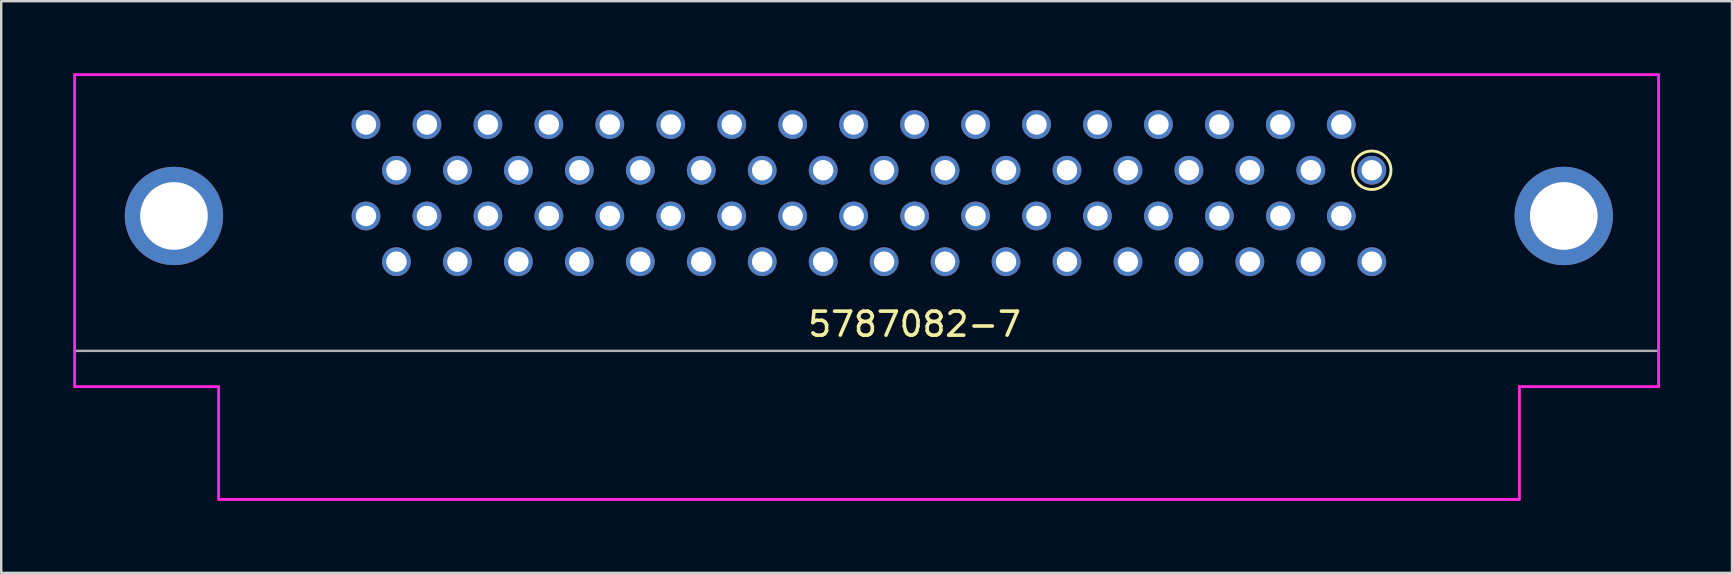
<source format=kicad_pcb>
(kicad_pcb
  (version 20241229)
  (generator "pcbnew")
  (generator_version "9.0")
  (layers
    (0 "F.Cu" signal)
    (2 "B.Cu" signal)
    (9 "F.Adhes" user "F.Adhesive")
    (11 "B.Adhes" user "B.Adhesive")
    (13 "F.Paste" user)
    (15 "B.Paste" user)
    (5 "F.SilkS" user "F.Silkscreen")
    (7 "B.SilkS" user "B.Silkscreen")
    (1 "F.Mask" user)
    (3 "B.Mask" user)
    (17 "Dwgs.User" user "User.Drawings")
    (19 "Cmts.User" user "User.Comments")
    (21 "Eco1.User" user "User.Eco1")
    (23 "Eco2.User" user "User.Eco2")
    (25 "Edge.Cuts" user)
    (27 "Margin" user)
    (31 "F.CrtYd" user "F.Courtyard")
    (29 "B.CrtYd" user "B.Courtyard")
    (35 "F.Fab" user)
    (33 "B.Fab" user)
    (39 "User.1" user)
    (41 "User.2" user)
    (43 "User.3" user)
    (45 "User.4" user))
  (footprint "5787082-7"
    (layer "F.Cu")
    (at 35.06 5.06)
    (property "Reference" "5787082-7" (at 0 5.4 0) (unlocked yes) (layer "F.SilkS") (effects (font (size 1 1) (thickness 0.15))))
    (attr through_hole)
    (fp_circle (center 19.05 -1.016) (end 19.85 -1.016) (stroke (width 0.12) (type default)) (fill no) (layer "F.SilkS"))
    (fp_line (start -35 -5) (end 31 -5) (stroke (width 0.12) (type default)) (layer "F.CrtYd"))
    (fp_line (start -35 8) (end -35 -5) (stroke (width 0.12) (type default)) (layer "F.CrtYd"))
    (fp_line (start -35 8) (end -29 8) (stroke (width 0.12) (type default)) (layer "F.CrtYd"))
    (fp_line (start -29 8) (end -29 12.7) (stroke (width 0.12) (type default)) (layer "F.CrtYd"))
    (fp_line (start -29 12.7) (end 25.2 12.7) (stroke (width 0.12) (type default)) (layer "F.CrtYd"))
    (fp_line (start 25.2 8) (end 31 8) (stroke (width 0.12) (type default)) (layer "F.CrtYd"))
    (fp_line (start 25.2 12.7) (end 25.2 8) (stroke (width 0.12) (type default)) (layer "F.CrtYd"))
    (fp_line (start 31 -5) (end 31 8) (stroke (width 0.12) (type default)) (layer "F.CrtYd"))
    (fp_line (start -35 6.51) (end 31 6.51) (stroke (width 0.1) (type default)) (layer "F.Fab"))
    (pad "1" thru_hole circle (at 19.05 -1.016 180) (size 1.2 1.2) (drill 0.85) (layers "*.Cu" "*.Mask") (remove_unused_layers yes) (keep_end_layers yes) (zone_layer_connections))
    (pad "2" thru_hole circle (at 17.78 -2.921 180) (size 1.2 1.2) (drill 0.85) (layers "*.Cu" "*.Mask") (remove_unused_layers yes) (keep_end_layers yes) (zone_layer_connections))
    (pad "3" thru_hole circle (at 16.51 -1.016 180) (size 1.2 1.2) (drill 0.85) (layers "*.Cu" "*.Mask") (remove_unused_layers yes) (keep_end_layers yes) (zone_layer_connections))
    (pad "4" thru_hole circle (at 15.24 -2.921 180) (size 1.2 1.2) (drill 0.85) (layers "*.Cu" "*.Mask") (remove_unused_layers yes) (keep_end_layers yes) (zone_layer_connections))
    (pad "5" thru_hole circle (at 13.97 -1.016 180) (size 1.2 1.2) (drill 0.85) (layers "*.Cu" "*.Mask") (remove_unused_layers yes) (keep_end_layers yes) (zone_layer_connections))
    (pad "6" thru_hole circle (at 12.7 -2.921 180) (size 1.2 1.2) (drill 0.85) (layers "*.Cu" "*.Mask") (remove_unused_layers yes) (keep_end_layers yes) (zone_layer_connections))
    (pad "7" thru_hole circle (at 11.43 -1.016 180) (size 1.2 1.2) (drill 0.85) (layers "*.Cu" "*.Mask") (remove_unused_layers yes) (keep_end_layers yes) (zone_layer_connections))
    (pad "8" thru_hole circle (at 10.16 -2.921 180) (size 1.2 1.2) (drill 0.85) (layers "*.Cu" "*.Mask") (remove_unused_layers yes) (keep_end_layers yes) (zone_layer_connections))
    (pad "9" thru_hole circle (at 8.89 -1.016 180) (size 1.2 1.2) (drill 0.85) (layers "*.Cu" "*.Mask") (remove_unused_layers yes) (keep_end_layers yes) (zone_layer_connections))
    (pad "10" thru_hole circle (at 7.62 -2.921 180) (size 1.2 1.2) (drill 0.85) (layers "*.Cu" "*.Mask") (remove_unused_layers yes) (keep_end_layers yes) (zone_layer_connections))
    (pad "11" thru_hole circle (at 6.35 -1.016 180) (size 1.2 1.2) (drill 0.85) (layers "*.Cu" "*.Mask") (remove_unused_layers yes) (keep_end_layers yes) (zone_layer_connections))
    (pad "12" thru_hole circle (at 5.08 -2.921 180) (size 1.2 1.2) (drill 0.85) (layers "*.Cu" "*.Mask") (remove_unused_layers yes) (keep_end_layers yes) (zone_layer_connections))
    (pad "13" thru_hole circle (at 3.81 -1.016 180) (size 1.2 1.2) (drill 0.85) (layers "*.Cu" "*.Mask") (remove_unused_layers yes) (keep_end_layers yes) (zone_layer_connections))
    (pad "14" thru_hole circle (at 2.54 -2.921 180) (size 1.2 1.2) (drill 0.85) (layers "*.Cu" "*.Mask") (remove_unused_layers yes) (keep_end_layers yes) (zone_layer_connections))
    (pad "15" thru_hole circle (at 1.27 -1.016 180) (size 1.2 1.2) (drill 0.85) (layers "*.Cu" "*.Mask") (remove_unused_layers yes) (keep_end_layers yes) (zone_layer_connections))
    (pad "16" thru_hole circle (at -0.000001 -2.921 180) (size 1.2 1.2) (drill 0.85) (layers "*.Cu" "*.Mask") (remove_unused_layers yes) (keep_end_layers yes) (zone_layer_connections))
    (pad "17" thru_hole circle (at -1.27 -1.016 180) (size 1.2 1.2) (drill 0.85) (layers "*.Cu" "*.Mask") (remove_unused_layers yes) (keep_end_layers yes) (zone_layer_connections))
    (pad "18" thru_hole circle (at -2.54 -2.921 180) (size 1.2 1.2) (drill 0.85) (layers "*.Cu" "*.Mask") (remove_unused_layers yes) (keep_end_layers yes) (zone_layer_connections))
    (pad "19" thru_hole circle (at -3.81 -1.016 180) (size 1.2 1.2) (drill 0.85) (layers "*.Cu" "*.Mask") (remove_unused_layers yes) (keep_end_layers yes) (zone_layer_connections))
    (pad "20" thru_hole circle (at -5.08 -2.921 180) (size 1.2 1.2) (drill 0.85) (layers "*.Cu" "*.Mask") (remove_unused_layers yes) (keep_end_layers yes) (zone_layer_connections))
    (pad "21" thru_hole circle (at -6.35 -1.016 180) (size 1.2 1.2) (drill 0.85) (layers "*.Cu" "*.Mask") (remove_unused_layers yes) (keep_end_layers yes) (zone_layer_connections))
    (pad "22" thru_hole circle (at -7.62 -2.921 180) (size 1.2 1.2) (drill 0.85) (layers "*.Cu" "*.Mask") (remove_unused_layers yes) (keep_end_layers yes) (zone_layer_connections))
    (pad "23" thru_hole circle (at -8.89 -1.016 180) (size 1.2 1.2) (drill 0.85) (layers "*.Cu" "*.Mask") (remove_unused_layers yes) (keep_end_layers yes) (zone_layer_connections))
    (pad "24" thru_hole circle (at -10.16 -2.921 180) (size 1.2 1.2) (drill 0.85) (layers "*.Cu" "*.Mask") (remove_unused_layers yes) (keep_end_layers yes) (zone_layer_connections))
    (pad "25" thru_hole circle (at -11.43 -1.016 180) (size 1.2 1.2) (drill 0.85) (layers "*.Cu" "*.Mask") (remove_unused_layers yes) (keep_end_layers yes) (zone_layer_connections))
    (pad "26" thru_hole circle (at -12.7 -2.921 180) (size 1.2 1.2) (drill 0.85) (layers "*.Cu" "*.Mask") (remove_unused_layers yes) (keep_end_layers yes) (zone_layer_connections))
    (pad "27" thru_hole circle (at -13.97 -1.016 180) (size 1.2 1.2) (drill 0.85) (layers "*.Cu" "*.Mask") (remove_unused_layers yes) (keep_end_layers yes) (zone_layer_connections))
    (pad "28" thru_hole circle (at -15.24 -2.921 180) (size 1.2 1.2) (drill 0.85) (layers "*.Cu" "*.Mask") (remove_unused_layers yes) (keep_end_layers yes) (zone_layer_connections))
    (pad "29" thru_hole circle (at -16.51 -1.016 180) (size 1.2 1.2) (drill 0.85) (layers "*.Cu" "*.Mask") (remove_unused_layers yes) (keep_end_layers yes) (zone_layer_connections))
    (pad "30" thru_hole circle (at -17.78 -2.921 180) (size 1.2 1.2) (drill 0.85) (layers "*.Cu" "*.Mask") (remove_unused_layers yes) (keep_end_layers yes) (zone_layer_connections))
    (pad "31" thru_hole circle (at -19.05 -1.016 180) (size 1.2 1.2) (drill 0.85) (layers "*.Cu" "*.Mask") (remove_unused_layers yes) (keep_end_layers yes) (zone_layer_connections))
    (pad "32" thru_hole circle (at -20.32 -2.921 180) (size 1.2 1.2) (drill 0.85) (layers "*.Cu" "*.Mask") (remove_unused_layers yes) (keep_end_layers yes) (zone_layer_connections))
    (pad "33" thru_hole circle (at -21.59 -1.016 180) (size 1.2 1.2) (drill 0.85) (layers "*.Cu" "*.Mask") (remove_unused_layers yes) (keep_end_layers yes) (zone_layer_connections))
    (pad "34" thru_hole circle (at -22.86 -2.921 180) (size 1.2 1.2) (drill 0.85) (layers "*.Cu" "*.Mask") (remove_unused_layers yes) (keep_end_layers yes) (zone_layer_connections))
    (pad "35" thru_hole circle (at 19.05 2.794 180) (size 1.2 1.2) (drill 0.85) (layers "*.Cu" "*.Mask") (remove_unused_layers yes) (keep_end_layers yes) (zone_layer_connections))
    (pad "36" thru_hole circle (at 17.78 0.889 180) (size 1.2 1.2) (drill 0.85) (layers "*.Cu" "*.Mask") (remove_unused_layers yes) (keep_end_layers yes) (zone_layer_connections))
    (pad "37" thru_hole circle (at 16.51 2.794 180) (size 1.2 1.2) (drill 0.85) (layers "*.Cu" "*.Mask") (remove_unused_layers yes) (keep_end_layers yes) (zone_layer_connections))
    (pad "38" thru_hole circle (at 15.24 0.889 180) (size 1.2 1.2) (drill 0.85) (layers "*.Cu" "*.Mask") (remove_unused_layers yes) (keep_end_layers yes) (zone_layer_connections))
    (pad "39" thru_hole circle (at 13.97 2.794 180) (size 1.2 1.2) (drill 0.85) (layers "*.Cu" "*.Mask") (remove_unused_layers yes) (keep_end_layers yes) (zone_layer_connections))
    (pad "40" thru_hole circle (at 12.7 0.889 180) (size 1.2 1.2) (drill 0.85) (layers "*.Cu" "*.Mask") (remove_unused_layers yes) (keep_end_layers yes) (zone_layer_connections))
    (pad "41" thru_hole circle (at 11.43 2.794 180) (size 1.2 1.2) (drill 0.85) (layers "*.Cu" "*.Mask") (remove_unused_layers yes) (keep_end_layers yes) (zone_layer_connections))
    (pad "42" thru_hole circle (at 10.16 0.889 180) (size 1.2 1.2) (drill 0.85) (layers "*.Cu" "*.Mask") (remove_unused_layers yes) (keep_end_layers yes) (zone_layer_connections))
    (pad "43" thru_hole circle (at 8.89 2.794 180) (size 1.2 1.2) (drill 0.85) (layers "*.Cu" "*.Mask") (remove_unused_layers yes) (keep_end_layers yes) (zone_layer_connections))
    (pad "44" thru_hole circle (at 7.62 0.889 180) (size 1.2 1.2) (drill 0.85) (layers "*.Cu" "*.Mask") (remove_unused_layers yes) (keep_end_layers yes) (zone_layer_connections))
    (pad "45" thru_hole circle (at 6.35 2.794 180) (size 1.2 1.2) (drill 0.85) (layers "*.Cu" "*.Mask") (remove_unused_layers yes) (keep_end_layers yes) (zone_layer_connections))
    (pad "46" thru_hole circle (at 5.08 0.889 180) (size 1.2 1.2) (drill 0.85) (layers "*.Cu" "*.Mask") (remove_unused_layers yes) (keep_end_layers yes) (zone_layer_connections))
    (pad "47" thru_hole circle (at 3.81 2.794 180) (size 1.2 1.2) (drill 0.85) (layers "*.Cu" "*.Mask") (remove_unused_layers yes) (keep_end_layers yes) (zone_layer_connections))
    (pad "48" thru_hole circle (at 2.54 0.889 180) (size 1.2 1.2) (drill 0.85) (layers "*.Cu" "*.Mask") (remove_unused_layers yes) (keep_end_layers yes) (zone_layer_connections))
    (pad "49" thru_hole circle (at 1.27 2.794 180) (size 1.2 1.2) (drill 0.85) (layers "*.Cu" "*.Mask") (remove_unused_layers yes) (keep_end_layers yes) (zone_layer_connections))
    (pad "50" thru_hole circle (at 0 0.889 180) (size 1.2 1.2) (drill 0.85) (layers "*.Cu" "*.Mask") (remove_unused_layers yes) (keep_end_layers yes) (zone_layer_connections))
    (pad "51" thru_hole circle (at -1.27 2.794 180) (size 1.2 1.2) (drill 0.85) (layers "*.Cu" "*.Mask") (remove_unused_layers yes) (keep_end_layers yes) (zone_layer_connections))
    (pad "52" thru_hole circle (at -2.54 0.889 180) (size 1.2 1.2) (drill 0.85) (layers "*.Cu" "*.Mask") (remove_unused_layers yes) (keep_end_layers yes) (zone_layer_connections))
    (pad "53" thru_hole circle (at -3.81 2.794 180) (size 1.2 1.2) (drill 0.85) (layers "*.Cu" "*.Mask") (remove_unused_layers yes) (keep_end_layers yes) (zone_layer_connections))
    (pad "54" thru_hole circle (at -5.08 0.889 180) (size 1.2 1.2) (drill 0.85) (layers "*.Cu" "*.Mask") (remove_unused_layers yes) (keep_end_layers yes) (zone_layer_connections))
    (pad "55" thru_hole circle (at -6.35 2.794 180) (size 1.2 1.2) (drill 0.85) (layers "*.Cu" "*.Mask") (remove_unused_layers yes) (keep_end_layers yes) (zone_layer_connections))
    (pad "56" thru_hole circle (at -7.62 0.889 180) (size 1.2 1.2) (drill 0.85) (layers "*.Cu" "*.Mask") (remove_unused_layers yes) (keep_end_layers yes) (zone_layer_connections))
    (pad "57" thru_hole circle (at -8.89 2.794 180) (size 1.2 1.2) (drill 0.85) (layers "*.Cu" "*.Mask") (remove_unused_layers yes) (keep_end_layers yes) (zone_layer_connections))
    (pad "58" thru_hole circle (at -10.16 0.889 180) (size 1.2 1.2) (drill 0.85) (layers "*.Cu" "*.Mask") (remove_unused_layers yes) (keep_end_layers yes) (zone_layer_connections))
    (pad "59" thru_hole circle (at -11.43 2.794 180) (size 1.2 1.2) (drill 0.85) (layers "*.Cu" "*.Mask") (remove_unused_layers yes) (keep_end_layers yes) (zone_layer_connections))
    (pad "60" thru_hole circle (at -12.7 0.889 180) (size 1.2 1.2) (drill 0.85) (layers "*.Cu" "*.Mask") (remove_unused_layers yes) (keep_end_layers yes) (zone_layer_connections))
    (pad "61" thru_hole circle (at -13.97 2.794 180) (size 1.2 1.2) (drill 0.85) (layers "*.Cu" "*.Mask") (remove_unused_layers yes) (keep_end_layers yes) (zone_layer_connections))
    (pad "62" thru_hole circle (at -15.24 0.889 180) (size 1.2 1.2) (drill 0.85) (layers "*.Cu" "*.Mask") (remove_unused_layers yes) (keep_end_layers yes) (zone_layer_connections))
    (pad "63" thru_hole circle (at -16.51 2.794 180) (size 1.2 1.2) (drill 0.85) (layers "*.Cu" "*.Mask") (remove_unused_layers yes) (keep_end_layers yes) (zone_layer_connections))
    (pad "64" thru_hole circle (at -17.78 0.889 180) (size 1.2 1.2) (drill 0.85) (layers "*.Cu" "*.Mask") (remove_unused_layers yes) (keep_end_layers yes) (zone_layer_connections))
    (pad "65" thru_hole circle (at -19.05 2.794 180) (size 1.2 1.2) (drill 0.85) (layers "*.Cu" "*.Mask") (remove_unused_layers yes) (keep_end_layers yes) (zone_layer_connections))
    (pad "66" thru_hole circle (at -20.32 0.889 180) (size 1.2 1.2) (drill 0.85) (layers "*.Cu" "*.Mask") (remove_unused_layers yes) (keep_end_layers yes) (zone_layer_connections))
    (pad "67" thru_hole circle (at -21.59 2.794 180) (size 1.2 1.2) (drill 0.85) (layers "*.Cu" "*.Mask") (remove_unused_layers yes) (keep_end_layers yes) (zone_layer_connections))
    (pad "68" thru_hole circle (at -22.86 0.889 180) (size 1.2 1.2) (drill 0.85) (layers "*.Cu" "*.Mask") (remove_unused_layers yes) (keep_end_layers yes) (zone_layer_connections))
    (pad "SHIELD" thru_hole circle (at -30.861 0.889 180) (size 4.1 4.1) (drill 2.82) (layers "*.Cu" "*.Mask") (remove_unused_layers yes) (keep_end_layers yes) (zone_layer_connections))
    (pad "SHIELD" thru_hole circle (at 27.05 0.889 180) (size 4.1 4.1) (drill 2.82) (layers "*.Cu" "*.Mask") (remove_unused_layers yes) (keep_end_layers yes) (zone_layer_connections)))
  (gr_rect
    (start -3 -3)
    (end 69.12 20.82)
    (stroke (width 0.1) (type default))
    (fill no)
    (layer "Edge.Cuts")))
</source>
